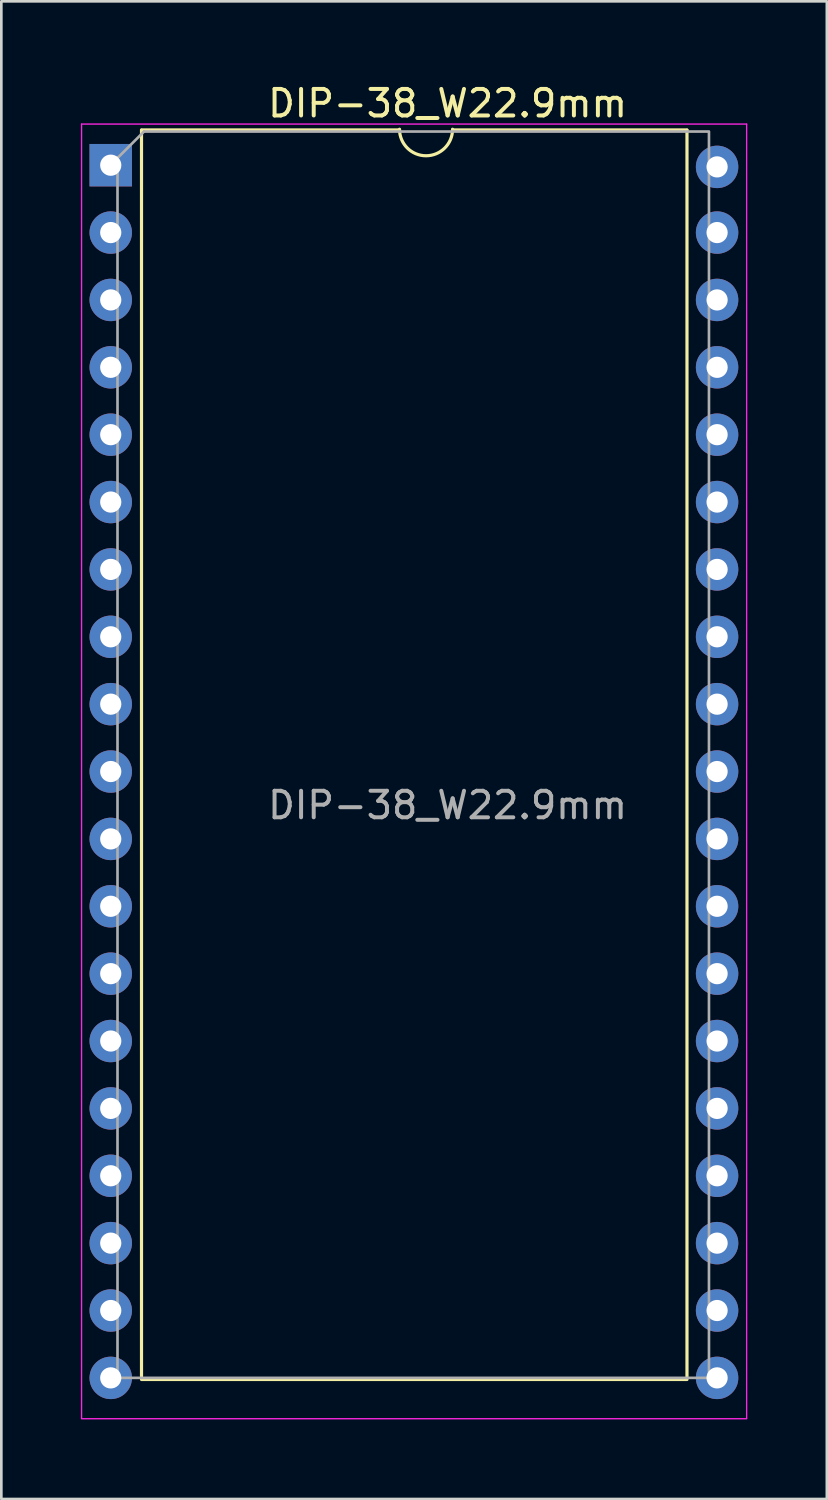
<source format=kicad_pcb>
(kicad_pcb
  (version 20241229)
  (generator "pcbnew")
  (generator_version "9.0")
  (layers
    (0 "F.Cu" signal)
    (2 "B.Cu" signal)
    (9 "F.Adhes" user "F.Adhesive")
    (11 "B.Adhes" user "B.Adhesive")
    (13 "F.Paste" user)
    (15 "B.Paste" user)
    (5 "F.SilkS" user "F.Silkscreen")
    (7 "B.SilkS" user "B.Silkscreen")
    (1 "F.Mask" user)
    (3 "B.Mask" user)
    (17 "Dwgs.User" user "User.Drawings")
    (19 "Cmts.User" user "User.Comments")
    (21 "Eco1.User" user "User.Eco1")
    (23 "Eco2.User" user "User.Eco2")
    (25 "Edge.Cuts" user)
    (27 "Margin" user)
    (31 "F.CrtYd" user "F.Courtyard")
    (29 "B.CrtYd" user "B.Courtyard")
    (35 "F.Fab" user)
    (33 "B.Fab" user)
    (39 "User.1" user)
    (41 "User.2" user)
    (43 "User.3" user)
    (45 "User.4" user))
  (footprint "DIP-38_W22.9mm"
    (layer "F.Cu")
    (at 1.125 3.178)
    (property "Reference" "DIP-38_W22.9mm" (at 12.7 -2.33 0) (layer "F.SilkS") (effects (font (size 1 1) (thickness 0.15))))
    (attr through_hole)
    (fp_line (start 1.16 -1.317) (end 1.16 45.663) (stroke (width 0.12) (type solid)) (layer "F.SilkS"))
    (fp_line (start 1.16 45.78) (end 21.725 45.78) (stroke (width 0.12) (type solid)) (layer "F.SilkS"))
    (fp_line (start 10.887 -1.33) (end 1.16 -1.33) (stroke (width 0.12) (type solid)) (layer "F.SilkS"))
    (fp_line (start 21.725 -1.33) (end 12.887 -1.33) (stroke (width 0.12) (type solid)) (layer "F.SilkS"))
    (fp_line (start 21.725 45.663) (end 21.725 -1.317) (stroke (width 0.12) (type solid)) (layer "F.SilkS"))
    (fp_arc (start 12.8872 -1.3554) (mid 11.8872 -0.3554) (end 10.8872 -1.3554) (stroke (width 0.12) (type solid)) (layer "F.SilkS"))
    (fp_line (start -1.1 -1.55) (end -1.1 47.25) (stroke (width 0.05) (type solid)) (layer "F.CrtYd"))
    (fp_line (start -1.1 47.26) (end 23.974 47.26) (stroke (width 0.05) (type solid)) (layer "F.CrtYd"))
    (fp_line (start 23.974 -1.55) (end -1.1 -1.55) (stroke (width 0.05) (type solid)) (layer "F.CrtYd"))
    (fp_line (start 23.974 47.25) (end 23.974 -1.55) (stroke (width 0.05) (type solid)) (layer "F.CrtYd"))
    (fp_line (start 0.255 -0.27) (end 1.255 -1.27) (stroke (width 0.1) (type solid)) (layer "F.Fab"))
    (fp_line (start 0.255 45.72) (end 0.255 -0.3) (stroke (width 0.1) (type solid)) (layer "F.Fab"))
    (fp_line (start 1.255 -1.27) (end 22.554 -1.27) (stroke (width 0.1) (type solid)) (layer "F.Fab"))
    (fp_line (start 22.554 -1.232) (end 22.554 45.738) (stroke (width 0.1) (type solid)) (layer "F.Fab"))
    (fp_line (start 22.554 45.72) (end 0.255 45.72) (stroke (width 0.1) (type solid)) (layer "F.Fab"))
    (fp_text user "${REFERENCE}" (at 12.7 24.13 0) (layer "F.Fab") (effects (font (size 1 1) (thickness 0.15))))
    (pad "1" thru_hole rect (at 0 0) (size 1.6 1.6) (drill 0.8) (layers "*.Cu" "*.Mask"))
    (pad "2" thru_hole oval (at 0 2.54) (size 1.6 1.6) (drill 0.8) (layers "*.Cu" "*.Mask"))
    (pad "3" thru_hole oval (at 0 5.08) (size 1.6 1.6) (drill 0.8) (layers "*.Cu" "*.Mask"))
    (pad "4" thru_hole oval (at 0 7.62) (size 1.6 1.6) (drill 0.8) (layers "*.Cu" "*.Mask"))
    (pad "5" thru_hole oval (at 0 10.16) (size 1.6 1.6) (drill 0.8) (layers "*.Cu" "*.Mask"))
    (pad "6" thru_hole oval (at 0 12.7) (size 1.6 1.6) (drill 0.8) (layers "*.Cu" "*.Mask"))
    (pad "7" thru_hole oval (at 0 15.24) (size 1.6 1.6) (drill 0.8) (layers "*.Cu" "*.Mask"))
    (pad "8" thru_hole oval (at 0 17.78) (size 1.6 1.6) (drill 0.8) (layers "*.Cu" "*.Mask"))
    (pad "9" thru_hole oval (at 0 20.32) (size 1.6 1.6) (drill 0.8) (layers "*.Cu" "*.Mask"))
    (pad "10" thru_hole oval (at 0 22.86) (size 1.6 1.6) (drill 0.8) (layers "*.Cu" "*.Mask"))
    (pad "11" thru_hole oval (at 0 25.4) (size 1.6 1.6) (drill 0.8) (layers "*.Cu" "*.Mask"))
    (pad "12" thru_hole oval (at 0 27.94) (size 1.6 1.6) (drill 0.8) (layers "*.Cu" "*.Mask"))
    (pad "13" thru_hole oval (at 0 30.48) (size 1.6 1.6) (drill 0.8) (layers "*.Cu" "*.Mask"))
    (pad "14" thru_hole oval (at 0 33.02) (size 1.6 1.6) (drill 0.8) (layers "*.Cu" "*.Mask"))
    (pad "15" thru_hole oval (at 0 35.56) (size 1.6 1.6) (drill 0.8) (layers "*.Cu" "*.Mask"))
    (pad "16" thru_hole oval (at 0 38.1) (size 1.6 1.6) (drill 0.8) (layers "*.Cu" "*.Mask"))
    (pad "17" thru_hole oval (at 0 40.64) (size 1.6 1.6) (drill 0.8) (layers "*.Cu" "*.Mask"))
    (pad "18" thru_hole oval (at 0 43.18) (size 1.6 1.6) (drill 0.8) (layers "*.Cu" "*.Mask"))
    (pad "19" thru_hole oval (at 0 45.72) (size 1.6 1.6) (drill 0.8) (layers "*.Cu" "*.Mask"))
    (pad "20" thru_hole oval (at 22.86 45.72) (size 1.6 1.6) (drill 0.8) (layers "*.Cu" "*.Mask"))
    (pad "21" thru_hole oval (at 22.86 43.18) (size 1.6 1.6) (drill 0.8) (layers "*.Cu" "*.Mask"))
    (pad "22" thru_hole oval (at 22.86 40.64) (size 1.6 1.6) (drill 0.8) (layers "*.Cu" "*.Mask"))
    (pad "23" thru_hole oval (at 22.86 38.1) (size 1.6 1.6) (drill 0.8) (layers "*.Cu" "*.Mask"))
    (pad "24" thru_hole oval (at 22.86 35.56) (size 1.6 1.6) (drill 0.8) (layers "*.Cu" "*.Mask"))
    (pad "25" thru_hole oval (at 22.86 33.02) (size 1.6 1.6) (drill 0.8) (layers "*.Cu" "*.Mask"))
    (pad "26" thru_hole oval (at 22.86 30.48) (size 1.6 1.6) (drill 0.8) (layers "*.Cu" "*.Mask"))
    (pad "27" thru_hole oval (at 22.86 27.94) (size 1.6 1.6) (drill 0.8) (layers "*.Cu" "*.Mask"))
    (pad "28" thru_hole oval (at 22.86 25.4) (size 1.6 1.6) (drill 0.8) (layers "*.Cu" "*.Mask"))
    (pad "29" thru_hole oval (at 22.86 22.86) (size 1.6 1.6) (drill 0.8) (layers "*.Cu" "*.Mask"))
    (pad "30" thru_hole oval (at 22.86 20.32) (size 1.6 1.6) (drill 0.8) (layers "*.Cu" "*.Mask"))
    (pad "31" thru_hole oval (at 22.86 17.78) (size 1.6 1.6) (drill 0.8) (layers "*.Cu" "*.Mask"))
    (pad "32" thru_hole oval (at 22.86 15.24) (size 1.6 1.6) (drill 0.8) (layers "*.Cu" "*.Mask"))
    (pad "33" thru_hole oval (at 22.86 12.7) (size 1.6 1.6) (drill 0.8) (layers "*.Cu" "*.Mask"))
    (pad "34" thru_hole oval (at 22.86 10.16) (size 1.6 1.6) (drill 0.8) (layers "*.Cu" "*.Mask"))
    (pad "35" thru_hole oval (at 22.86 7.62) (size 1.6 1.6) (drill 0.8) (layers "*.Cu" "*.Mask"))
    (pad "36" thru_hole oval (at 22.86 5.08) (size 1.6 1.6) (drill 0.8) (layers "*.Cu" "*.Mask"))
    (pad "37" thru_hole oval (at 22.86 2.54) (size 1.6 1.6) (drill 0.8) (layers "*.Cu" "*.Mask"))
    (pad "38" thru_hole oval (at 22.86 0.064) (size 1.6 1.6) (drill 0.8) (layers "*.Cu" "*.Mask")))
  (gr_rect
    (start -3 -3)
    (end 28.123 53.463)
    (stroke (width 0.1) (type default))
    (fill no)
    (layer "Edge.Cuts")))
</source>
